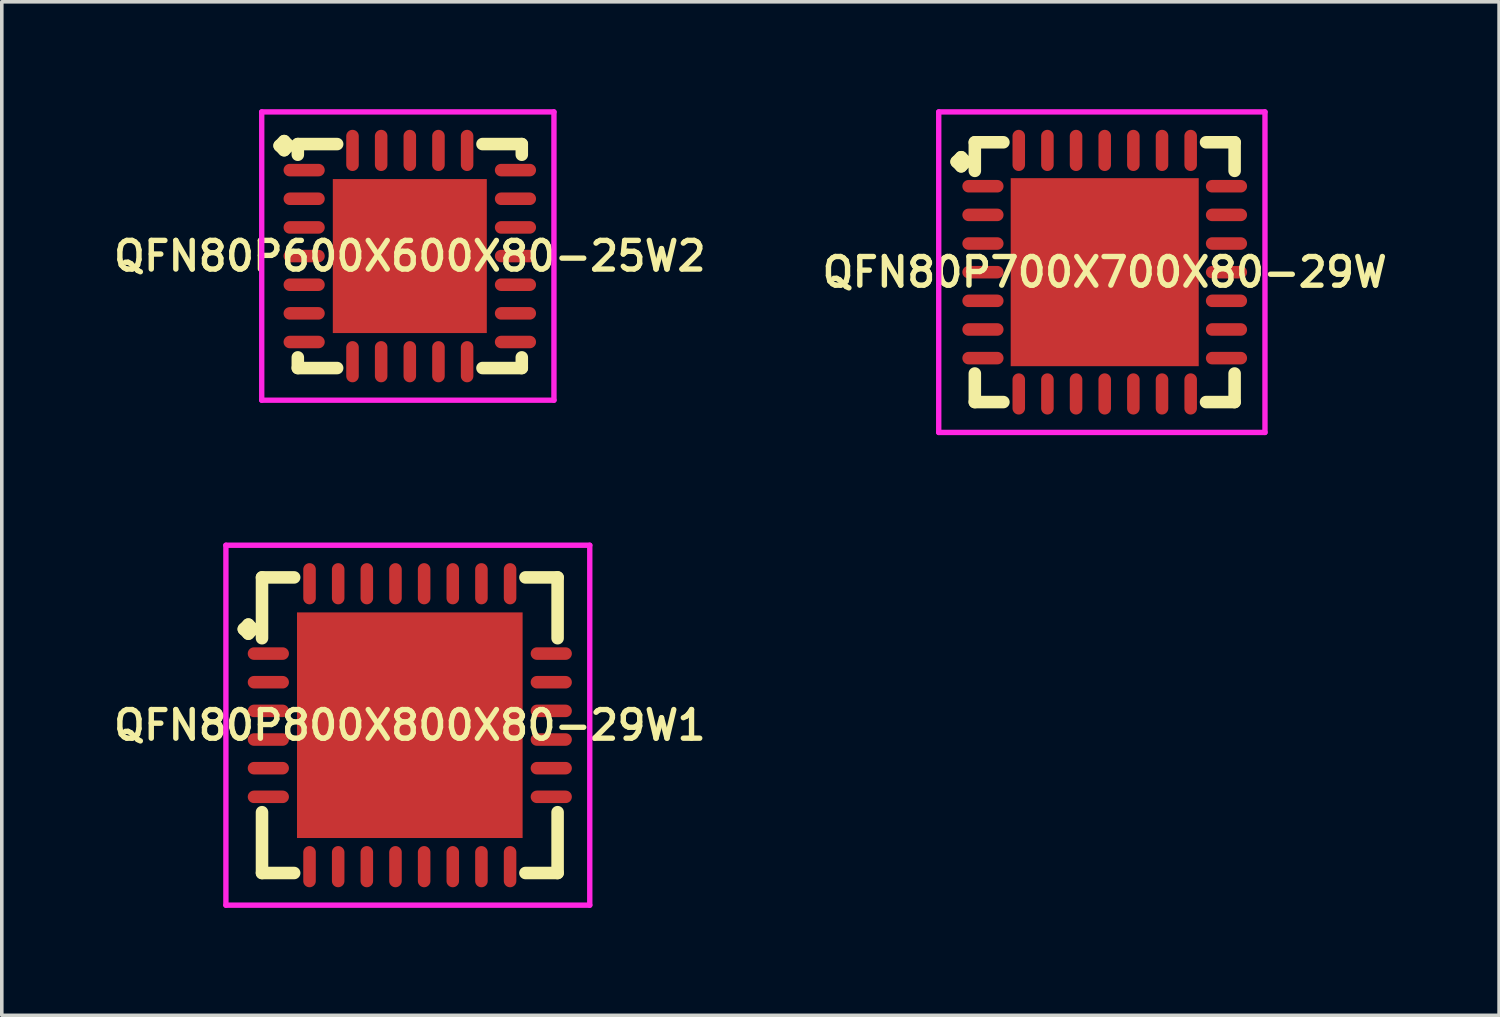
<source format=kicad_pcb>
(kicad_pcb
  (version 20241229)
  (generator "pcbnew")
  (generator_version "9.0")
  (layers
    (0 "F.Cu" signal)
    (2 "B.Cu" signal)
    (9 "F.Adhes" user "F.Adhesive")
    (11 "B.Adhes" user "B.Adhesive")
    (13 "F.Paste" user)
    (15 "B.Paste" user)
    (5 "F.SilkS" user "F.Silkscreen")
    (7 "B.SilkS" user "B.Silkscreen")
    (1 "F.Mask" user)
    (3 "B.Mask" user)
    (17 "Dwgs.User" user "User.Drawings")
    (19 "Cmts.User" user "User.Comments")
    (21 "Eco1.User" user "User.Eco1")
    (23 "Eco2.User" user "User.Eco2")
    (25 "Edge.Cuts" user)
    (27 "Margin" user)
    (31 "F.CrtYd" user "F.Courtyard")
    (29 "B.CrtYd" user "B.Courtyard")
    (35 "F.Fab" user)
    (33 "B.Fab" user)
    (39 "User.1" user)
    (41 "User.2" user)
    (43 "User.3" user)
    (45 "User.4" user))
  (footprint "QFN80P600X600X80-25W2"
    (layer "F.Cu")
    (at 8.393 4.1)
    (property "Reference" "QFN80P600X600X80-25W2" (at 0 0 0) (layer "F.SilkS") (effects (font (size 0.8 0.8) (thickness 0.15))))
    (attr through_hole)
    (fp_line (start -3.635 -3.083) (end -3.508 -3.21) (stroke (width 0.35) (type solid)) (layer "F.SilkS"))
    (fp_line (start -3.508 -3.21) (end -3.381 -3.083) (stroke (width 0.35) (type solid)) (layer "F.SilkS"))
    (fp_line (start -3.508 -2.956) (end -3.635 -3.083) (stroke (width 0.35) (type solid)) (layer "F.SilkS"))
    (fp_line (start -3.381 -3.083) (end -3.508 -2.956) (stroke (width 0.35) (type solid)) (layer "F.SilkS"))
    (fp_line (start -3.127 -3.127) (end -2.029 -3.127) (stroke (width 0.35) (type solid)) (layer "F.SilkS"))
    (fp_line (start -3.127 -2.829) (end -3.127 -3.127) (stroke (width 0.35) (type solid)) (layer "F.SilkS"))
    (fp_line (start -3.127 2.829) (end -3.127 3.127) (stroke (width 0.35) (type solid)) (layer "F.SilkS"))
    (fp_line (start -3.127 3.127) (end -2.029 3.127) (stroke (width 0.35) (type solid)) (layer "F.SilkS"))
    (fp_line (start 2.029 -3.127) (end 3.127 -3.127) (stroke (width 0.35) (type solid)) (layer "F.SilkS"))
    (fp_line (start 2.029 3.127) (end 3.127 3.127) (stroke (width 0.35) (type solid)) (layer "F.SilkS"))
    (fp_line (start 3.127 -3.127) (end 3.127 -2.829) (stroke (width 0.35) (type solid)) (layer "F.SilkS"))
    (fp_line (start 3.127 3.127) (end 3.127 2.829) (stroke (width 0.35) (type solid)) (layer "F.SilkS"))
    (fp_line (start -4.135 -4.025) (end 4.025 -4.025) (stroke (width 0.15) (type solid)) (layer "F.CrtYd"))
    (fp_line (start -4.135 4.025) (end -4.135 -4.025) (stroke (width 0.15) (type solid)) (layer "F.CrtYd"))
    (fp_line (start 4.025 -4.025) (end 4.025 4.025) (stroke (width 0.15) (type solid)) (layer "F.CrtYd"))
    (fp_line (start 4.025 4.025) (end -4.135 4.025) (stroke (width 0.15) (type solid)) (layer "F.CrtYd"))
    (pad "1" smd oval (at -2.95 -2.4) (size 1.15 0.35) (layers "F.Cu" "F.Mask" "F.Paste"))
    (pad "2" smd oval (at -2.95 -1.6) (size 1.15 0.35) (layers "F.Cu" "F.Mask" "F.Paste"))
    (pad "3" smd oval (at -2.95 -0.8) (size 1.15 0.35) (layers "F.Cu" "F.Mask" "F.Paste"))
    (pad "4" smd oval (at -2.95 0) (size 1.15 0.35) (layers "F.Cu" "F.Mask" "F.Paste"))
    (pad "5" smd oval (at -2.95 0.8) (size 1.15 0.35) (layers "F.Cu" "F.Mask" "F.Paste"))
    (pad "6" smd oval (at -2.95 1.6) (size 1.15 0.35) (layers "F.Cu" "F.Mask" "F.Paste"))
    (pad "7" smd oval (at -2.95 2.4) (size 1.15 0.35) (layers "F.Cu" "F.Mask" "F.Paste"))
    (pad "8" smd oval (at -1.6 2.95) (size 0.35 1.15) (layers "F.Cu" "F.Mask" "F.Paste"))
    (pad "9" smd oval (at -0.8 2.95) (size 0.35 1.15) (layers "F.Cu" "F.Mask" "F.Paste"))
    (pad "10" smd oval (at 0 2.95) (size 0.35 1.15) (layers "F.Cu" "F.Mask" "F.Paste"))
    (pad "11" smd oval (at 0.8 2.95) (size 0.35 1.15) (layers "F.Cu" "F.Mask" "F.Paste"))
    (pad "12" smd oval (at 1.6 2.95) (size 0.35 1.15) (layers "F.Cu" "F.Mask" "F.Paste"))
    (pad "13" smd oval (at 2.95 2.4) (size 1.15 0.35) (layers "F.Cu" "F.Mask" "F.Paste"))
    (pad "14" smd oval (at 2.95 1.6) (size 1.15 0.35) (layers "F.Cu" "F.Mask" "F.Paste"))
    (pad "15" smd oval (at 2.95 0.8) (size 1.15 0.35) (layers "F.Cu" "F.Mask" "F.Paste"))
    (pad "16" smd oval (at 2.95 0) (size 1.15 0.35) (layers "F.Cu" "F.Mask" "F.Paste"))
    (pad "17" smd oval (at 2.95 -0.8) (size 1.15 0.35) (layers "F.Cu" "F.Mask" "F.Paste"))
    (pad "18" smd oval (at 2.95 -1.6) (size 1.15 0.35) (layers "F.Cu" "F.Mask" "F.Paste"))
    (pad "19" smd oval (at 2.95 -2.4) (size 1.15 0.35) (layers "F.Cu" "F.Mask" "F.Paste"))
    (pad "20" smd oval (at 1.6 -2.95) (size 0.35 1.15) (layers "F.Cu" "F.Mask" "F.Paste"))
    (pad "21" smd oval (at 0.8 -2.95) (size 0.35 1.15) (layers "F.Cu" "F.Mask" "F.Paste"))
    (pad "22" smd oval (at 0 -2.95) (size 0.35 1.15) (layers "F.Cu" "F.Mask" "F.Paste"))
    (pad "23" smd oval (at -0.8 -2.95) (size 0.35 1.15) (layers "F.Cu" "F.Mask" "F.Paste"))
    (pad "24" smd oval (at -1.6 -2.95) (size 0.35 1.15) (layers "F.Cu" "F.Mask" "F.Paste"))
    (pad "25" smd rect (at 0 0) (size 4.3 4.3) (layers "F.Cu" "F.Mask" "F.Paste")))
  (footprint "QFN80P700X700X80-29W"
    (layer "F.Cu")
    (at 27.797 4.55)
    (property "Reference" "QFN80P700X700X80-29W" (at 0 0 0) (layer "F.SilkS") (effects (font (size 0.8 0.8) (thickness 0.15))))
    (attr smd)
    (fp_line (start -4.135 -3.083) (end -4.008 -3.21) (stroke (width 0.35) (type solid)) (layer "F.SilkS"))
    (fp_line (start -4.008 -3.21) (end -3.881 -3.083) (stroke (width 0.35) (type solid)) (layer "F.SilkS"))
    (fp_line (start -4.008 -2.956) (end -4.135 -3.083) (stroke (width 0.35) (type solid)) (layer "F.SilkS"))
    (fp_line (start -3.881 -3.083) (end -4.008 -2.956) (stroke (width 0.35) (type solid)) (layer "F.SilkS"))
    (fp_line (start -3.627 -3.627) (end -2.829 -3.627) (stroke (width 0.35) (type solid)) (layer "F.SilkS"))
    (fp_line (start -3.627 -2.829) (end -3.627 -3.627) (stroke (width 0.35) (type solid)) (layer "F.SilkS"))
    (fp_line (start -3.627 2.829) (end -3.627 3.627) (stroke (width 0.35) (type solid)) (layer "F.SilkS"))
    (fp_line (start -3.627 3.627) (end -2.829 3.627) (stroke (width 0.35) (type solid)) (layer "F.SilkS"))
    (fp_line (start 2.829 -3.627) (end 3.627 -3.627) (stroke (width 0.35) (type solid)) (layer "F.SilkS"))
    (fp_line (start 2.829 3.627) (end 3.627 3.627) (stroke (width 0.35) (type solid)) (layer "F.SilkS"))
    (fp_line (start 3.627 -3.627) (end 3.627 -2.829) (stroke (width 0.35) (type solid)) (layer "F.SilkS"))
    (fp_line (start 3.627 3.627) (end 3.627 2.829) (stroke (width 0.35) (type solid)) (layer "F.SilkS"))
    (fp_line (start -4.635 -4.475) (end 4.475 -4.475) (stroke (width 0.15) (type solid)) (layer "F.CrtYd"))
    (fp_line (start -4.635 4.475) (end -4.635 -4.475) (stroke (width 0.15) (type solid)) (layer "F.CrtYd"))
    (fp_line (start 4.475 -4.475) (end 4.475 4.475) (stroke (width 0.15) (type solid)) (layer "F.CrtYd"))
    (fp_line (start 4.475 4.475) (end -4.635 4.475) (stroke (width 0.15) (type solid)) (layer "F.CrtYd"))
    (pad "1" smd oval (at -3.4 -2.4) (size 1.15 0.35) (layers "F.Cu" "F.Mask" "F.Paste"))
    (pad "2" smd oval (at -3.4 -1.6) (size 1.15 0.35) (layers "F.Cu" "F.Mask" "F.Paste"))
    (pad "3" smd oval (at -3.4 -0.8) (size 1.15 0.35) (layers "F.Cu" "F.Mask" "F.Paste"))
    (pad "4" smd oval (at -3.4 0) (size 1.15 0.35) (layers "F.Cu" "F.Mask" "F.Paste"))
    (pad "5" smd oval (at -3.4 0.8) (size 1.15 0.35) (layers "F.Cu" "F.Mask" "F.Paste"))
    (pad "6" smd oval (at -3.4 1.6) (size 1.15 0.35) (layers "F.Cu" "F.Mask" "F.Paste"))
    (pad "7" smd oval (at -3.4 2.4) (size 1.15 0.35) (layers "F.Cu" "F.Mask" "F.Paste"))
    (pad "8" smd oval (at -2.4 3.4) (size 0.35 1.15) (layers "F.Cu" "F.Mask" "F.Paste"))
    (pad "9" smd oval (at -1.6 3.4) (size 0.35 1.15) (layers "F.Cu" "F.Mask" "F.Paste"))
    (pad "10" smd oval (at -0.8 3.4) (size 0.35 1.15) (layers "F.Cu" "F.Mask" "F.Paste"))
    (pad "11" smd oval (at 0 3.4) (size 0.35 1.15) (layers "F.Cu" "F.Mask" "F.Paste"))
    (pad "12" smd oval (at 0.8 3.4) (size 0.35 1.15) (layers "F.Cu" "F.Mask" "F.Paste"))
    (pad "13" smd oval (at 1.6 3.4) (size 0.35 1.15) (layers "F.Cu" "F.Mask" "F.Paste"))
    (pad "14" smd oval (at 2.4 3.4) (size 0.35 1.15) (layers "F.Cu" "F.Mask" "F.Paste"))
    (pad "15" smd oval (at 3.4 2.4) (size 1.15 0.35) (layers "F.Cu" "F.Mask" "F.Paste"))
    (pad "16" smd oval (at 3.4 1.6) (size 1.15 0.35) (layers "F.Cu" "F.Mask" "F.Paste"))
    (pad "17" smd oval (at 3.4 0.8) (size 1.15 0.35) (layers "F.Cu" "F.Mask" "F.Paste"))
    (pad "18" smd oval (at 3.4 0) (size 1.15 0.35) (layers "F.Cu" "F.Mask" "F.Paste"))
    (pad "19" smd oval (at 3.4 -0.8) (size 1.15 0.35) (layers "F.Cu" "F.Mask" "F.Paste"))
    (pad "20" smd oval (at 3.4 -1.6) (size 1.15 0.35) (layers "F.Cu" "F.Mask" "F.Paste"))
    (pad "21" smd oval (at 3.4 -2.4) (size 1.15 0.35) (layers "F.Cu" "F.Mask" "F.Paste"))
    (pad "22" smd oval (at 2.4 -3.4) (size 0.35 1.15) (layers "F.Cu" "F.Mask" "F.Paste"))
    (pad "23" smd oval (at 1.6 -3.4) (size 0.35 1.15) (layers "F.Cu" "F.Mask" "F.Paste"))
    (pad "24" smd oval (at 0.8 -3.4) (size 0.35 1.15) (layers "F.Cu" "F.Mask" "F.Paste"))
    (pad "25" smd oval (at 0 -3.4) (size 0.35 1.15) (layers "F.Cu" "F.Mask" "F.Paste"))
    (pad "26" smd oval (at -0.8 -3.4) (size 0.35 1.15) (layers "F.Cu" "F.Mask" "F.Paste"))
    (pad "27" smd oval (at -1.6 -3.4) (size 0.35 1.15) (layers "F.Cu" "F.Mask" "F.Paste"))
    (pad "28" smd oval (at -2.4 -3.4) (size 0.35 1.15) (layers "F.Cu" "F.Mask" "F.Paste"))
    (pad "29" smd rect (at 0 0) (size 5.25 5.25) (layers "F.Cu" "F.Mask" "F.Paste")))
  (footprint "QFN80P800X800X80-29W1"
    (layer "F.Cu")
    (at 8.393 17.2)
    (property "Reference" "QFN80P800X800X80-29W1" (at 0 0 0) (layer "F.SilkS") (effects (font (size 0.8 0.8) (thickness 0.15))))
    (attr smd)
    (fp_line (start -4.635 -2.683) (end -4.508 -2.81) (stroke (width 0.35) (type solid)) (layer "F.SilkS"))
    (fp_line (start -4.508 -2.81) (end -4.381 -2.683) (stroke (width 0.35) (type solid)) (layer "F.SilkS"))
    (fp_line (start -4.508 -2.556) (end -4.635 -2.683) (stroke (width 0.35) (type solid)) (layer "F.SilkS"))
    (fp_line (start -4.381 -2.683) (end -4.508 -2.556) (stroke (width 0.35) (type solid)) (layer "F.SilkS"))
    (fp_line (start -4.127 -4.127) (end -3.229 -4.127) (stroke (width 0.35) (type solid)) (layer "F.SilkS"))
    (fp_line (start -4.127 -2.429) (end -4.127 -4.127) (stroke (width 0.35) (type solid)) (layer "F.SilkS"))
    (fp_line (start -4.127 2.429) (end -4.127 4.127) (stroke (width 0.35) (type solid)) (layer "F.SilkS"))
    (fp_line (start -4.127 4.127) (end -3.229 4.127) (stroke (width 0.35) (type solid)) (layer "F.SilkS"))
    (fp_line (start 3.229 -4.127) (end 4.127 -4.127) (stroke (width 0.35) (type solid)) (layer "F.SilkS"))
    (fp_line (start 3.229 4.127) (end 4.127 4.127) (stroke (width 0.35) (type solid)) (layer "F.SilkS"))
    (fp_line (start 4.127 -4.127) (end 4.127 -2.429) (stroke (width 0.35) (type solid)) (layer "F.SilkS"))
    (fp_line (start 4.127 4.127) (end 4.127 2.429) (stroke (width 0.35) (type solid)) (layer "F.SilkS"))
    (fp_line (start -5.135 -5.025) (end 5.025 -5.025) (stroke (width 0.15) (type solid)) (layer "F.CrtYd"))
    (fp_line (start -5.135 5.025) (end -5.135 -5.025) (stroke (width 0.15) (type solid)) (layer "F.CrtYd"))
    (fp_line (start 5.025 -5.025) (end 5.025 5.025) (stroke (width 0.15) (type solid)) (layer "F.CrtYd"))
    (fp_line (start 5.025 5.025) (end -5.135 5.025) (stroke (width 0.15) (type solid)) (layer "F.CrtYd"))
    (pad "1" smd oval (at -3.95 -2) (size 1.15 0.35) (layers "F.Cu" "F.Mask" "F.Paste"))
    (pad "2" smd oval (at -3.95 -1.2) (size 1.15 0.35) (layers "F.Cu" "F.Mask" "F.Paste"))
    (pad "3" smd oval (at -3.95 -0.4) (size 1.15 0.35) (layers "F.Cu" "F.Mask" "F.Paste"))
    (pad "4" smd oval (at -3.95 0.4) (size 1.15 0.35) (layers "F.Cu" "F.Mask" "F.Paste"))
    (pad "5" smd oval (at -3.95 1.2) (size 1.15 0.35) (layers "F.Cu" "F.Mask" "F.Paste"))
    (pad "6" smd oval (at -3.95 2) (size 1.15 0.35) (layers "F.Cu" "F.Mask" "F.Paste"))
    (pad "7" smd oval (at -2.8 3.95) (size 0.35 1.15) (layers "F.Cu" "F.Mask" "F.Paste"))
    (pad "8" smd oval (at -2 3.95) (size 0.35 1.15) (layers "F.Cu" "F.Mask" "F.Paste"))
    (pad "9" smd oval (at -1.2 3.95) (size 0.35 1.15) (layers "F.Cu" "F.Mask" "F.Paste"))
    (pad "10" smd oval (at -0.4 3.95) (size 0.35 1.15) (layers "F.Cu" "F.Mask" "F.Paste"))
    (pad "11" smd oval (at 0.4 3.95) (size 0.35 1.15) (layers "F.Cu" "F.Mask" "F.Paste"))
    (pad "12" smd oval (at 1.2 3.95) (size 0.35 1.15) (layers "F.Cu" "F.Mask" "F.Paste"))
    (pad "13" smd oval (at 2 3.95) (size 0.35 1.15) (layers "F.Cu" "F.Mask" "F.Paste"))
    (pad "14" smd oval (at 2.8 3.95) (size 0.35 1.15) (layers "F.Cu" "F.Mask" "F.Paste"))
    (pad "15" smd oval (at 3.95 2) (size 1.15 0.35) (layers "F.Cu" "F.Mask" "F.Paste"))
    (pad "16" smd oval (at 3.95 1.2) (size 1.15 0.35) (layers "F.Cu" "F.Mask" "F.Paste"))
    (pad "17" smd oval (at 3.95 0.4) (size 1.15 0.35) (layers "F.Cu" "F.Mask" "F.Paste"))
    (pad "18" smd oval (at 3.95 -0.4) (size 1.15 0.35) (layers "F.Cu" "F.Mask" "F.Paste"))
    (pad "19" smd oval (at 3.95 -1.2) (size 1.15 0.35) (layers "F.Cu" "F.Mask" "F.Paste"))
    (pad "20" smd oval (at 3.95 -2) (size 1.15 0.35) (layers "F.Cu" "F.Mask" "F.Paste"))
    (pad "21" smd oval (at 2.8 -3.95) (size 0.35 1.15) (layers "F.Cu" "F.Mask" "F.Paste"))
    (pad "22" smd oval (at 2 -3.95) (size 0.35 1.15) (layers "F.Cu" "F.Mask" "F.Paste"))
    (pad "23" smd oval (at 1.2 -3.95) (size 0.35 1.15) (layers "F.Cu" "F.Mask" "F.Paste"))
    (pad "24" smd oval (at 0.4 -3.95) (size 0.35 1.15) (layers "F.Cu" "F.Mask" "F.Paste"))
    (pad "25" smd oval (at -0.4 -3.95) (size 0.35 1.15) (layers "F.Cu" "F.Mask" "F.Paste"))
    (pad "26" smd oval (at -1.2 -3.95) (size 0.35 1.15) (layers "F.Cu" "F.Mask" "F.Paste"))
    (pad "27" smd oval (at -2 -3.95) (size 0.35 1.15) (layers "F.Cu" "F.Mask" "F.Paste"))
    (pad "28" smd oval (at -2.8 -3.95) (size 0.35 1.15) (layers "F.Cu" "F.Mask" "F.Paste"))
    (pad "29" smd rect (at 0 0) (size 6.3 6.3) (layers "F.Cu" "F.Mask" "F.Paste")))
  (gr_rect
    (start -3 -3)
    (end 38.809 25.3)
    (stroke (width 0.1) (type default))
    (fill no)
    (layer "Edge.Cuts")))
</source>
